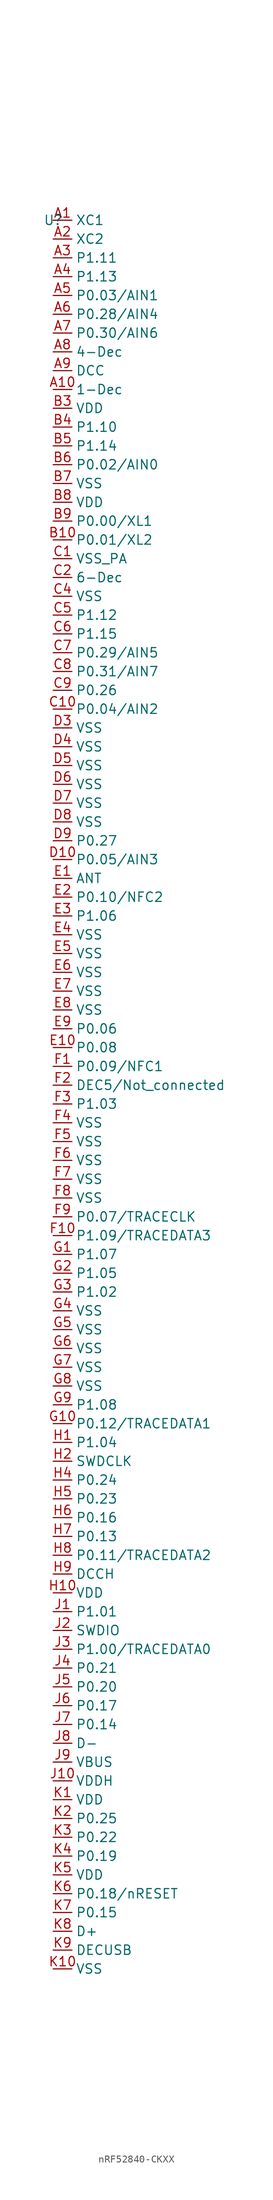
<source format=kicad_sym>
(kicad_symbol_lib
  (version 20220914)
  (generator kicad_symbol_editor)
  (symbol "nRF52840-CKXX"
    (property "Reference" "U"
      (at 0 0 0)
      (effects (font (size 1.27 1.27))))
    (property "Value" ""
      (at 0 0 0)
      (effects (font (size 1.27 1.27))))
    (symbol "nRF52840-CKXX_0_0"
      (pin unspecified line (at 0 0 0) (length 2.54) (name "XC1" (effects (font (size 1.27 1.27)))) (number "A1" (effects (font (size 1.27 1.27)))))
      (pin unspecified line (at 0 -22.86 0) (length 2.54) (name "1-Dec" (effects (font (size 1.27 1.27)))) (number "A10" (effects (font (size 1.27 1.27)))))
      (pin unspecified line (at 0 -2.54 0) (length 2.54) (name "XC2" (effects (font (size 1.27 1.27)))) (number "A2" (effects (font (size 1.27 1.27)))))
      (pin unspecified line (at 0 -5.08 0) (length 2.54) (name "P1.11" (effects (font (size 1.27 1.27)))) (number "A3" (effects (font (size 1.27 1.27)))))
      (pin unspecified line (at 0 -7.62 0) (length 2.54) (name "P1.13" (effects (font (size 1.27 1.27)))) (number "A4" (effects (font (size 1.27 1.27)))))
      (pin unspecified line (at 0 -10.16 0) (length 2.54) (name "P0.03/AIN1" (effects (font (size 1.27 1.27)))) (number "A5" (effects (font (size 1.27 1.27)))))
      (pin unspecified line (at 0 -12.7 0) (length 2.54) (name "P0.28/AIN4" (effects (font (size 1.27 1.27)))) (number "A6" (effects (font (size 1.27 1.27)))))
      (pin unspecified line (at 0 -15.24 0) (length 2.54) (name "P0.30/AIN6" (effects (font (size 1.27 1.27)))) (number "A7" (effects (font (size 1.27 1.27)))))
      (pin unspecified line (at 0 -17.78 0) (length 2.54) (name "4-Dec" (effects (font (size 1.27 1.27)))) (number "A8" (effects (font (size 1.27 1.27)))))
      (pin unspecified line (at 0 -20.32 0) (length 2.54) (name "DCC" (effects (font (size 1.27 1.27)))) (number "A9" (effects (font (size 1.27 1.27)))))
      (pin unspecified line (at 0 -43.18 0) (length 2.54) (name "P0.01/XL2" (effects (font (size 1.27 1.27)))) (number "B10" (effects (font (size 1.27 1.27)))))
      (pin unspecified line (at 0 -25.4 0) (length 2.54) (name "VDD" (effects (font (size 1.27 1.27)))) (number "B3" (effects (font (size 1.27 1.27)))))
      (pin unspecified line (at 0 -27.94 0) (length 2.54) (name "P1.10" (effects (font (size 1.27 1.27)))) (number "B4" (effects (font (size 1.27 1.27)))))
      (pin unspecified line (at 0 -30.48 0) (length 2.54) (name "P1.14" (effects (font (size 1.27 1.27)))) (number "B5" (effects (font (size 1.27 1.27)))))
      (pin unspecified line (at 0 -33.02 0) (length 2.54) (name "P0.02/AIN0" (effects (font (size 1.27 1.27)))) (number "B6" (effects (font (size 1.27 1.27)))))
      (pin unspecified line (at 0 -35.56 0) (length 2.54) (name "VSS" (effects (font (size 1.27 1.27)))) (number "B7" (effects (font (size 1.27 1.27)))))
      (pin unspecified line (at 0 -38.1 0) (length 2.54) (name "VDD" (effects (font (size 1.27 1.27)))) (number "B8" (effects (font (size 1.27 1.27)))))
      (pin unspecified line (at 0 -40.64 0) (length 2.54) (name "P0.00/XL1" (effects (font (size 1.27 1.27)))) (number "B9" (effects (font (size 1.27 1.27)))))
      (pin unspecified line (at 0 -45.72 0) (length 2.54) (name "VSS_PA" (effects (font (size 1.27 1.27)))) (number "C1" (effects (font (size 1.27 1.27)))))
      (pin unspecified line (at 0 -66.04 0) (length 2.54) (name "P0.04/AIN2" (effects (font (size 1.27 1.27)))) (number "C10" (effects (font (size 1.27 1.27)))))
      (pin unspecified line (at 0 -48.26 0) (length 2.54) (name "6-Dec" (effects (font (size 1.27 1.27)))) (number "C2" (effects (font (size 1.27 1.27)))))
      (pin unspecified line (at 0 -50.8 0) (length 2.54) (name "VSS" (effects (font (size 1.27 1.27)))) (number "C4" (effects (font (size 1.27 1.27)))))
      (pin unspecified line (at 0 -53.34 0) (length 2.54) (name "P1.12" (effects (font (size 1.27 1.27)))) (number "C5" (effects (font (size 1.27 1.27)))))
      (pin unspecified line (at 0 -55.88 0) (length 2.54) (name "P1.15" (effects (font (size 1.27 1.27)))) (number "C6" (effects (font (size 1.27 1.27)))))
      (pin unspecified line (at 0 -58.42 0) (length 2.54) (name "P0.29/AIN5" (effects (font (size 1.27 1.27)))) (number "C7" (effects (font (size 1.27 1.27)))))
      (pin unspecified line (at 0 -60.96 0) (length 2.54) (name "P0.31/AIN7" (effects (font (size 1.27 1.27)))) (number "C8" (effects (font (size 1.27 1.27)))))
      (pin unspecified line (at 0 -63.5 0) (length 2.54) (name "P0.26" (effects (font (size 1.27 1.27)))) (number "C9" (effects (font (size 1.27 1.27)))))
      (pin unspecified line (at 0 -86.36 0) (length 2.54) (name "P0.05/AIN3" (effects (font (size 1.27 1.27)))) (number "D10" (effects (font (size 1.27 1.27)))))
      (pin unspecified line (at 0 -68.58 0) (length 2.54) (name "VSS" (effects (font (size 1.27 1.27)))) (number "D3" (effects (font (size 1.27 1.27)))))
      (pin unspecified line (at 0 -71.12 0) (length 2.54) (name "VSS" (effects (font (size 1.27 1.27)))) (number "D4" (effects (font (size 1.27 1.27)))))
      (pin unspecified line (at 0 -73.66 0) (length 2.54) (name "VSS" (effects (font (size 1.27 1.27)))) (number "D5" (effects (font (size 1.27 1.27)))))
      (pin unspecified line (at 0 -76.2 0) (length 2.54) (name "VSS" (effects (font (size 1.27 1.27)))) (number "D6" (effects (font (size 1.27 1.27)))))
      (pin unspecified line (at 0 -78.74 0) (length 2.54) (name "VSS" (effects (font (size 1.27 1.27)))) (number "D7" (effects (font (size 1.27 1.27)))))
      (pin unspecified line (at 0 -81.28 0) (length 2.54) (name "VSS" (effects (font (size 1.27 1.27)))) (number "D8" (effects (font (size 1.27 1.27)))))
      (pin unspecified line (at 0 -83.82 0) (length 2.54) (name "P0.27" (effects (font (size 1.27 1.27)))) (number "D9" (effects (font (size 1.27 1.27)))))
      (pin unspecified line (at 0 -88.9 0) (length 2.54) (name "ANT" (effects (font (size 1.27 1.27)))) (number "E1" (effects (font (size 1.27 1.27)))))
      (pin unspecified line (at 0 -111.76 0) (length 2.54) (name "P0.08" (effects (font (size 1.27 1.27)))) (number "E10" (effects (font (size 1.27 1.27)))))
      (pin unspecified line (at 0 -91.44 0) (length 2.54) (name "P0.10/NFC2" (effects (font (size 1.27 1.27)))) (number "E2" (effects (font (size 1.27 1.27)))))
      (pin unspecified line (at 0 -93.98 0) (length 2.54) (name "P1.06" (effects (font (size 1.27 1.27)))) (number "E3" (effects (font (size 1.27 1.27)))))
      (pin unspecified line (at 0 -96.52 0) (length 2.54) (name "VSS" (effects (font (size 1.27 1.27)))) (number "E4" (effects (font (size 1.27 1.27)))))
      (pin unspecified line (at 0 -99.06 0) (length 2.54) (name "VSS" (effects (font (size 1.27 1.27)))) (number "E5" (effects (font (size 1.27 1.27)))))
      (pin unspecified line (at 0 -101.6 0) (length 2.54) (name "VSS" (effects (font (size 1.27 1.27)))) (number "E6" (effects (font (size 1.27 1.27)))))
      (pin unspecified line (at 0 -104.14 0) (length 2.54) (name "VSS" (effects (font (size 1.27 1.27)))) (number "E7" (effects (font (size 1.27 1.27)))))
      (pin unspecified line (at 0 -106.68 0) (length 2.54) (name "VSS" (effects (font (size 1.27 1.27)))) (number "E8" (effects (font (size 1.27 1.27)))))
      (pin unspecified line (at 0 -109.22 0) (length 2.54) (name "P0.06" (effects (font (size 1.27 1.27)))) (number "E9" (effects (font (size 1.27 1.27)))))
      (pin unspecified line (at 0 -114.3 0) (length 2.54) (name "P0.09/NFC1" (effects (font (size 1.27 1.27)))) (number "F1" (effects (font (size 1.27 1.27)))))
      (pin unspecified line (at 0 -137.16 0) (length 2.54) (name "P1.09/TRACEDATA3" (effects (font (size 1.27 1.27)))) (number "F10" (effects (font (size 1.27 1.27)))))
      (pin unspecified line (at 0 -116.84 0) (length 2.54) (name "DEC5/Not_connected" (effects (font (size 1.27 1.27)))) (number "F2" (effects (font (size 1.27 1.27)))))
      (pin unspecified line (at 0 -119.38 0) (length 2.54) (name "P1.03" (effects (font (size 1.27 1.27)))) (number "F3" (effects (font (size 1.27 1.27)))))
      (pin unspecified line (at 0 -121.92 0) (length 2.54) (name "VSS" (effects (font (size 1.27 1.27)))) (number "F4" (effects (font (size 1.27 1.27)))))
      (pin unspecified line (at 0 -124.46 0) (length 2.54) (name "VSS" (effects (font (size 1.27 1.27)))) (number "F5" (effects (font (size 1.27 1.27)))))
      (pin unspecified line (at 0 -127 0) (length 2.54) (name "VSS" (effects (font (size 1.27 1.27)))) (number "F6" (effects (font (size 1.27 1.27)))))
      (pin unspecified line (at 0 -129.54 0) (length 2.54) (name "VSS" (effects (font (size 1.27 1.27)))) (number "F7" (effects (font (size 1.27 1.27)))))
      (pin unspecified line (at 0 -132.08 0) (length 2.54) (name "VSS" (effects (font (size 1.27 1.27)))) (number "F8" (effects (font (size 1.27 1.27)))))
      (pin unspecified line (at 0 -134.62 0) (length 2.54) (name "P0.07/TRACECLK" (effects (font (size 1.27 1.27)))) (number "F9" (effects (font (size 1.27 1.27)))))
      (pin unspecified line (at 0 -139.7 0) (length 2.54) (name "P1.07" (effects (font (size 1.27 1.27)))) (number "G1" (effects (font (size 1.27 1.27)))))
      (pin unspecified line (at 0 -162.56 0) (length 2.54) (name "P0.12/TRACEDATA1" (effects (font (size 1.27 1.27)))) (number "G10" (effects (font (size 1.27 1.27)))))
      (pin unspecified line (at 0 -142.24 0) (length 2.54) (name "P1.05" (effects (font (size 1.27 1.27)))) (number "G2" (effects (font (size 1.27 1.27)))))
      (pin unspecified line (at 0 -144.78 0) (length 2.54) (name "P1.02" (effects (font (size 1.27 1.27)))) (number "G3" (effects (font (size 1.27 1.27)))))
      (pin unspecified line (at 0 -147.32 0) (length 2.54) (name "VSS" (effects (font (size 1.27 1.27)))) (number "G4" (effects (font (size 1.27 1.27)))))
      (pin unspecified line (at 0 -149.86 0) (length 2.54) (name "VSS" (effects (font (size 1.27 1.27)))) (number "G5" (effects (font (size 1.27 1.27)))))
      (pin unspecified line (at 0 -152.4 0) (length 2.54) (name "VSS" (effects (font (size 1.27 1.27)))) (number "G6" (effects (font (size 1.27 1.27)))))
      (pin unspecified line (at 0 -154.94 0) (length 2.54) (name "VSS" (effects (font (size 1.27 1.27)))) (number "G7" (effects (font (size 1.27 1.27)))))
      (pin unspecified line (at 0 -157.48 0) (length 2.54) (name "VSS" (effects (font (size 1.27 1.27)))) (number "G8" (effects (font (size 1.27 1.27)))))
      (pin unspecified line (at 0 -160.02 0) (length 2.54) (name "P1.08" (effects (font (size 1.27 1.27)))) (number "G9" (effects (font (size 1.27 1.27)))))
      (pin unspecified line (at 0 -165.1 0) (length 2.54) (name "P1.04" (effects (font (size 1.27 1.27)))) (number "H1" (effects (font (size 1.27 1.27)))))
      (pin unspecified line (at 0 -185.42 0) (length 2.54) (name "VDD" (effects (font (size 1.27 1.27)))) (number "H10" (effects (font (size 1.27 1.27)))))
      (pin unspecified line (at 0 -167.64 0) (length 2.54) (name "SWDCLK" (effects (font (size 1.27 1.27)))) (number "H2" (effects (font (size 1.27 1.27)))))
      (pin unspecified line (at 0 -170.18 0) (length 2.54) (name "P0.24" (effects (font (size 1.27 1.27)))) (number "H4" (effects (font (size 1.27 1.27)))))
      (pin unspecified line (at 0 -172.72 0) (length 2.54) (name "P0.23" (effects (font (size 1.27 1.27)))) (number "H5" (effects (font (size 1.27 1.27)))))
      (pin unspecified line (at 0 -175.26 0) (length 2.54) (name "P0.16" (effects (font (size 1.27 1.27)))) (number "H6" (effects (font (size 1.27 1.27)))))
      (pin unspecified line (at 0 -177.8 0) (length 2.54) (name "P0.13" (effects (font (size 1.27 1.27)))) (number "H7" (effects (font (size 1.27 1.27)))))
      (pin unspecified line (at 0 -180.34 0) (length 2.54) (name "P0.11/TRACEDATA2" (effects (font (size 1.27 1.27)))) (number "H8" (effects (font (size 1.27 1.27)))))
      (pin unspecified line (at 0 -182.88 0) (length 2.54) (name "DCCH" (effects (font (size 1.27 1.27)))) (number "H9" (effects (font (size 1.27 1.27)))))
      (pin unspecified line (at 0 -187.96 0) (length 2.54) (name "P1.01" (effects (font (size 1.27 1.27)))) (number "J1" (effects (font (size 1.27 1.27)))))
      (pin unspecified line (at 0 -210.82 0) (length 2.54) (name "VDDH" (effects (font (size 1.27 1.27)))) (number "J10" (effects (font (size 1.27 1.27)))))
      (pin unspecified line (at 0 -190.5 0) (length 2.54) (name "SWDIO" (effects (font (size 1.27 1.27)))) (number "J2" (effects (font (size 1.27 1.27)))))
      (pin unspecified line (at 0 -193.04 0) (length 2.54) (name "P1.00/TRACEDATA0" (effects (font (size 1.27 1.27)))) (number "J3" (effects (font (size 1.27 1.27)))))
      (pin unspecified line (at 0 -195.58 0) (length 2.54) (name "P0.21" (effects (font (size 1.27 1.27)))) (number "J4" (effects (font (size 1.27 1.27)))))
      (pin unspecified line (at 0 -198.12 0) (length 2.54) (name "P0.20" (effects (font (size 1.27 1.27)))) (number "J5" (effects (font (size 1.27 1.27)))))
      (pin unspecified line (at 0 -200.66 0) (length 2.54) (name "P0.17" (effects (font (size 1.27 1.27)))) (number "J6" (effects (font (size 1.27 1.27)))))
      (pin unspecified line (at 0 -203.2 0) (length 2.54) (name "P0.14" (effects (font (size 1.27 1.27)))) (number "J7" (effects (font (size 1.27 1.27)))))
      (pin unspecified line (at 0 -205.74 0) (length 2.54) (name "D-" (effects (font (size 1.27 1.27)))) (number "J8" (effects (font (size 1.27 1.27)))))
      (pin unspecified line (at 0 -208.28 0) (length 2.54) (name "VBUS" (effects (font (size 1.27 1.27)))) (number "J9" (effects (font (size 1.27 1.27)))))
      (pin unspecified line (at 0 -213.36 0) (length 2.54) (name "VDD" (effects (font (size 1.27 1.27)))) (number "K1" (effects (font (size 1.27 1.27)))))
      (pin unspecified line (at 0 -236.22 0) (length 2.54) (name "VSS" (effects (font (size 1.27 1.27)))) (number "K10" (effects (font (size 1.27 1.27)))))
      (pin unspecified line (at 0 -215.9 0) (length 2.54) (name "P0.25" (effects (font (size 1.27 1.27)))) (number "K2" (effects (font (size 1.27 1.27)))))
      (pin unspecified line (at 0 -218.44 0) (length 2.54) (name "P0.22" (effects (font (size 1.27 1.27)))) (number "K3" (effects (font (size 1.27 1.27)))))
      (pin unspecified line (at 0 -220.98 0) (length 2.54) (name "P0.19" (effects (font (size 1.27 1.27)))) (number "K4" (effects (font (size 1.27 1.27)))))
      (pin unspecified line (at 0 -223.52 0) (length 2.54) (name "VDD" (effects (font (size 1.27 1.27)))) (number "K5" (effects (font (size 1.27 1.27)))))
      (pin unspecified line (at 0 -226.06 0) (length 2.54) (name "P0.18/nRESET" (effects (font (size 1.27 1.27)))) (number "K6" (effects (font (size 1.27 1.27)))))
      (pin unspecified line (at 0 -228.6 0) (length 2.54) (name "P0.15" (effects (font (size 1.27 1.27)))) (number "K7" (effects (font (size 1.27 1.27)))))
      (pin unspecified line (at 0 -231.14 0) (length 2.54) (name "D+" (effects (font (size 1.27 1.27)))) (number "K8" (effects (font (size 1.27 1.27)))))
      (pin unspecified line (at 0 -233.68 0) (length 2.54) (name "DECUSB" (effects (font (size 1.27 1.27)))) (number "K9" (effects (font (size 1.27 1.27))))))))
</source>
